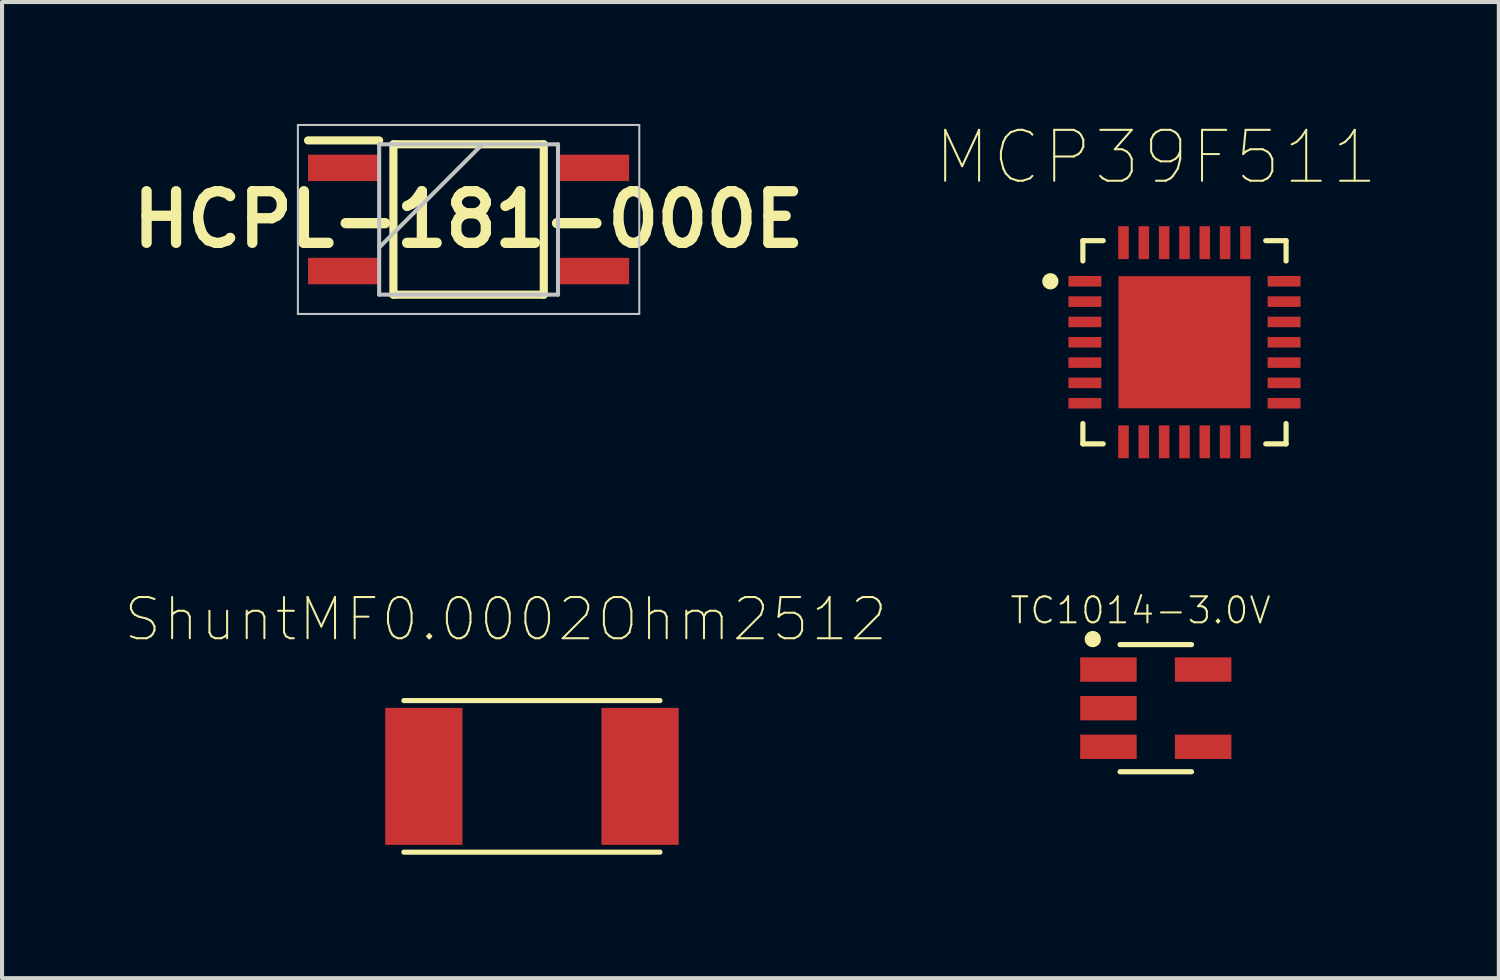
<source format=kicad_pcb>
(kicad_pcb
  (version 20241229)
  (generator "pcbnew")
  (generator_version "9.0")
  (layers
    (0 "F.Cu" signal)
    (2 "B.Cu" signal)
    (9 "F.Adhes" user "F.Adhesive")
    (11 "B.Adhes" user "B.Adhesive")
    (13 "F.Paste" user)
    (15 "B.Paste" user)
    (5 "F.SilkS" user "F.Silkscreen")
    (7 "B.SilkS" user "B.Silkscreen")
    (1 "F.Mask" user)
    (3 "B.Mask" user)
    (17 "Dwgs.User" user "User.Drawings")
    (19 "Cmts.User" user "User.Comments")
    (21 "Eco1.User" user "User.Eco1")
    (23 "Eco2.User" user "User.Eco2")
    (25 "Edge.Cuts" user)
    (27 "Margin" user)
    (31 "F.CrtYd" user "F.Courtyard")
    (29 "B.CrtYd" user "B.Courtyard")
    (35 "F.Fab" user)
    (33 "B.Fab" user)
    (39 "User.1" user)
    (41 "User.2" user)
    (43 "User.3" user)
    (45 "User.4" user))
  (footprint "MCP39F511"
    (layer "F.Cu")
    (at 26.093 5.371)
    (property "Reference" "MCP39F511" (at -0.701 -4.551 0) (layer "F.SilkS") (effects (font (size 1.252 1.252) (thickness 0.05))))
    (attr smd)
    (fp_line (start -2.5 -2.5) (end -2 -2.5) (stroke (width 0.127) (type solid)) (layer "F.SilkS"))
    (fp_line (start -2.5 -2) (end -2.5 -2.5) (stroke (width 0.127) (type solid)) (layer "F.SilkS"))
    (fp_line (start -2.5 2.5) (end -2.5 2) (stroke (width 0.127) (type solid)) (layer "F.SilkS"))
    (fp_line (start -2 2.5) (end -2.5 2.5) (stroke (width 0.127) (type solid)) (layer "F.SilkS"))
    (fp_line (start 2 -2.5) (end 2.5 -2.5) (stroke (width 0.127) (type solid)) (layer "F.SilkS"))
    (fp_line (start 2.5 -2.5) (end 2.5 -2) (stroke (width 0.127) (type solid)) (layer "F.SilkS"))
    (fp_line (start 2.5 2) (end 2.5 2.5) (stroke (width 0.127) (type solid)) (layer "F.SilkS"))
    (fp_line (start 2.5 2.5) (end 2 2.5) (stroke (width 0.127) (type solid)) (layer "F.SilkS"))
    (fp_circle (center -3.3 -1.5) (end -3.2 -1.5) (stroke (width 0.2) (type solid)) (fill no) (layer "F.SilkS"))
    (fp_poly (pts (xy -1.311 -1.31) (xy -0.16 -1.31) (xy -0.16 -0.16) (xy -1.311 -0.16)) (stroke (width 0) (type solid)) (fill yes) (layer "F.Paste"))
    (fp_poly (pts (xy -1.311 0.16) (xy -0.16 0.16) (xy -0.16 1.311) (xy -1.311 1.311)) (stroke (width 0) (type solid)) (fill yes) (layer "F.Paste"))
    (fp_poly (pts (xy 0.16 0.16) (xy 1.31 0.16) (xy 1.31 1.31) (xy 0.16 1.31)) (stroke (width 0) (type solid)) (fill yes) (layer "F.Paste"))
    (fp_poly (pts (xy 0.16 -1.31) (xy 1.31 -1.31) (xy 1.31 -0.16) (xy 0.16 -0.16)) (stroke (width 0) (type solid)) (fill yes) (layer "F.Paste"))
    (fp_line (start -3.11 -3.11) (end 3.11 -3.11) (stroke (width 0.05) (type solid)) (layer "Eco1.User"))
    (fp_line (start -3.11 3.11) (end -3.11 -3.11) (stroke (width 0.05) (type solid)) (layer "Eco1.User"))
    (fp_line (start 3.11 -3.11) (end 3.11 3.11) (stroke (width 0.05) (type solid)) (layer "Eco1.User"))
    (fp_line (start 3.11 3.11) (end -3.11 3.11) (stroke (width 0.05) (type solid)) (layer "Eco1.User"))
    (fp_line (start -2.5 -2.5) (end 2.5 -2.5) (stroke (width 0.127) (type solid)) (layer "Eco2.User"))
    (fp_line (start -2.5 2.5) (end -2.5 -2.5) (stroke (width 0.127) (type solid)) (layer "Eco2.User"))
    (fp_line (start 2.5 -2.5) (end 2.5 2.5) (stroke (width 0.127) (type solid)) (layer "Eco2.User"))
    (fp_line (start 2.5 2.5) (end -2.5 2.5) (stroke (width 0.127) (type solid)) (layer "Eco2.User"))
    (fp_circle (center -2.1 -2.1) (end -2 -2.1) (stroke (width 0.2) (type solid)) (fill no) (layer "Eco2.User"))
    (pad "1" smd rect (at -2.45 -1.5) (size 0.81 0.26) (layers "F.Cu" "F.Mask" "F.Paste"))
    (pad "2" smd rect (at -2.45 -1) (size 0.81 0.26) (layers "F.Cu" "F.Mask" "F.Paste"))
    (pad "3" smd rect (at -2.45 -0.5) (size 0.81 0.26) (layers "F.Cu" "F.Mask" "F.Paste"))
    (pad "4" smd rect (at -2.45 0) (size 0.81 0.26) (layers "F.Cu" "F.Mask" "F.Paste"))
    (pad "5" smd rect (at -2.45 0.5) (size 0.81 0.26) (layers "F.Cu" "F.Mask" "F.Paste"))
    (pad "6" smd rect (at -2.45 1) (size 0.81 0.26) (layers "F.Cu" "F.Mask" "F.Paste"))
    (pad "7" smd rect (at -2.45 1.5) (size 0.81 0.26) (layers "F.Cu" "F.Mask" "F.Paste"))
    (pad "8" smd rect (at -1.5 2.45 90) (size 0.81 0.26) (layers "F.Cu" "F.Mask" "F.Paste"))
    (pad "9" smd rect (at -1 2.45 90) (size 0.81 0.26) (layers "F.Cu" "F.Mask" "F.Paste"))
    (pad "10" smd rect (at -0.5 2.45 90) (size 0.81 0.26) (layers "F.Cu" "F.Mask" "F.Paste"))
    (pad "11" smd rect (at 0 2.45 90) (size 0.81 0.26) (layers "F.Cu" "F.Mask" "F.Paste"))
    (pad "12" smd rect (at 0.5 2.45 90) (size 0.81 0.26) (layers "F.Cu" "F.Mask" "F.Paste"))
    (pad "13" smd rect (at 1 2.45 90) (size 0.81 0.26) (layers "F.Cu" "F.Mask" "F.Paste"))
    (pad "14" smd rect (at 1.5 2.45 90) (size 0.81 0.26) (layers "F.Cu" "F.Mask" "F.Paste"))
    (pad "15" smd rect (at 2.45 1.5 180) (size 0.81 0.26) (layers "F.Cu" "F.Mask" "F.Paste"))
    (pad "16" smd rect (at 2.45 1 180) (size 0.81 0.26) (layers "F.Cu" "F.Mask" "F.Paste"))
    (pad "17" smd rect (at 2.45 0.5 180) (size 0.81 0.26) (layers "F.Cu" "F.Mask" "F.Paste"))
    (pad "18" smd rect (at 2.45 0 180) (size 0.81 0.26) (layers "F.Cu" "F.Mask" "F.Paste"))
    (pad "19" smd rect (at 2.45 -0.5 180) (size 0.81 0.26) (layers "F.Cu" "F.Mask" "F.Paste"))
    (pad "20" smd rect (at 2.45 -1 180) (size 0.81 0.26) (layers "F.Cu" "F.Mask" "F.Paste"))
    (pad "21" smd rect (at 2.45 -1.5 180) (size 0.81 0.26) (layers "F.Cu" "F.Mask" "F.Paste"))
    (pad "22" smd rect (at 1.5 -2.45 270) (size 0.81 0.26) (layers "F.Cu" "F.Mask" "F.Paste"))
    (pad "23" smd rect (at 1 -2.45 270) (size 0.81 0.26) (layers "F.Cu" "F.Mask" "F.Paste"))
    (pad "24" smd rect (at 0.5 -2.45 270) (size 0.81 0.26) (layers "F.Cu" "F.Mask" "F.Paste"))
    (pad "25" smd rect (at 0 -2.45 270) (size 0.81 0.26) (layers "F.Cu" "F.Mask" "F.Paste"))
    (pad "26" smd rect (at -0.5 -2.45 270) (size 0.81 0.26) (layers "F.Cu" "F.Mask" "F.Paste"))
    (pad "27" smd rect (at -1 -2.45 270) (size 0.81 0.26) (layers "F.Cu" "F.Mask" "F.Paste"))
    (pad "28" smd rect (at -1.5 -2.45 270) (size 0.81 0.26) (layers "F.Cu" "F.Mask" "F.Paste"))
    (pad "29" smd rect (at 0 0) (size 3.25 3.25) (layers "F.Cu" "F.Mask" "F.Paste")))
  (footprint "HCPL-181-000E"
    (layer "F.Cu")
    (at 8.479 2.35)
    (property "Reference" "HCPL-181-000E" (at 0 0 0) (layer "F.SilkS") (effects (font (size 1.27 1.27) (thickness 0.254))))
    (attr smd)
    (fp_line (start -3.95 -1.945) (end -2.2 -1.945) (stroke (width 0.2) (type solid)) (layer "F.SilkS"))
    (fp_line (start -1.85 -1.85) (end 1.85 -1.85) (stroke (width 0.2) (type solid)) (layer "F.SilkS"))
    (fp_line (start -1.85 1.85) (end -1.85 -1.85) (stroke (width 0.2) (type solid)) (layer "F.SilkS"))
    (fp_line (start 1.85 -1.85) (end 1.85 1.85) (stroke (width 0.2) (type solid)) (layer "F.SilkS"))
    (fp_line (start 1.85 1.85) (end -1.85 1.85) (stroke (width 0.2) (type solid)) (layer "F.SilkS"))
    (fp_line (start -4.2 -2.325) (end 4.2 -2.325) (stroke (width 0.05) (type solid)) (layer "Dwgs.User"))
    (fp_line (start -4.2 2.325) (end -4.2 -2.325) (stroke (width 0.05) (type solid)) (layer "Dwgs.User"))
    (fp_line (start -2.2 -1.85) (end 2.2 -1.85) (stroke (width 0.1) (type solid)) (layer "Dwgs.User"))
    (fp_line (start -2.2 0.69) (end 0.34 -1.85) (stroke (width 0.1) (type solid)) (layer "Dwgs.User"))
    (fp_line (start -2.2 1.85) (end -2.2 -1.85) (stroke (width 0.1) (type solid)) (layer "Dwgs.User"))
    (fp_line (start 2.2 -1.85) (end 2.2 1.85) (stroke (width 0.1) (type solid)) (layer "Dwgs.User"))
    (fp_line (start 2.2 1.85) (end -2.2 1.85) (stroke (width 0.1) (type solid)) (layer "Dwgs.User"))
    (fp_line (start 4.2 -2.325) (end 4.2 2.325) (stroke (width 0.05) (type solid)) (layer "Dwgs.User"))
    (fp_line (start 4.2 2.325) (end -4.2 2.325) (stroke (width 0.05) (type solid)) (layer "Dwgs.User"))
    (pad "1" smd rect (at -3.075 -1.27 90) (size 0.65 1.75) (layers "F.Cu" "F.Mask" "F.Paste"))
    (pad "2" smd rect (at -3.075 1.27 90) (size 0.65 1.75) (layers "F.Cu" "F.Mask" "F.Paste"))
    (pad "3" smd rect (at 3.075 1.27 90) (size 0.65 1.75) (layers "F.Cu" "F.Mask" "F.Paste"))
    (pad "4" smd rect (at 3.075 -1.27 90) (size 0.65 1.75) (layers "F.Cu" "F.Mask" "F.Paste")))
  (footprint "TC1014-3.0V"
    (layer "F.Cu")
    (at 25.387 14.374)
    (property "Reference" "TC1014-3.0V" (at -0.374 -2.406 0) (layer "F.SilkS") (effects (font (size 0.64 0.64) (thickness 0.05))))
    (attr smd)
    (fp_line (start -0.88 -1.564) (end 0.88 -1.564) (stroke (width 0.127) (type solid)) (layer "F.SilkS"))
    (fp_line (start -0.88 1.564) (end 0.88 1.564) (stroke (width 0.127) (type solid)) (layer "F.SilkS"))
    (fp_circle (center -1.55 -1.7) (end -1.45 -1.7) (stroke (width 0.2) (type solid)) (fill no) (layer "F.SilkS"))
    (fp_line (start -2.11 -1.5) (end -1.13 -1.5) (stroke (width 0.05) (type solid)) (layer "Eco1.User"))
    (fp_line (start -2.11 1.5) (end -2.11 -1.5) (stroke (width 0.05) (type solid)) (layer "Eco1.User"))
    (fp_line (start -1.13 -1.75) (end 1.13 -1.75) (stroke (width 0.05) (type solid)) (layer "Eco1.User"))
    (fp_line (start -1.13 -1.5) (end -1.13 -1.75) (stroke (width 0.05) (type solid)) (layer "Eco1.User"))
    (fp_line (start -1.13 1.5) (end -2.11 1.5) (stroke (width 0.05) (type solid)) (layer "Eco1.User"))
    (fp_line (start -1.13 1.75) (end -1.13 1.5) (stroke (width 0.05) (type solid)) (layer "Eco1.User"))
    (fp_line (start 1.13 -1.75) (end 1.13 -1.5) (stroke (width 0.05) (type solid)) (layer "Eco1.User"))
    (fp_line (start 1.13 -1.5) (end 2.11 -1.5) (stroke (width 0.05) (type solid)) (layer "Eco1.User"))
    (fp_line (start 1.13 1.5) (end 1.13 1.75) (stroke (width 0.05) (type solid)) (layer "Eco1.User"))
    (fp_line (start 1.13 1.75) (end -1.13 1.75) (stroke (width 0.05) (type solid)) (layer "Eco1.User"))
    (fp_line (start 2.11 -1.5) (end 2.11 1.5) (stroke (width 0.05) (type solid)) (layer "Eco1.User"))
    (fp_line (start 2.11 1.5) (end 1.13 1.5) (stroke (width 0.05) (type solid)) (layer "Eco1.User"))
    (fp_line (start -0.88 -1.5) (end 0.88 -1.5) (stroke (width 0.127) (type solid)) (layer "Eco2.User"))
    (fp_line (start -0.88 1.5) (end -0.88 -1.5) (stroke (width 0.127) (type solid)) (layer "Eco2.User"))
    (fp_line (start 0.88 -1.5) (end 0.88 1.5) (stroke (width 0.127) (type solid)) (layer "Eco2.User"))
    (fp_line (start 0.88 1.5) (end -0.88 1.5) (stroke (width 0.127) (type solid)) (layer "Eco2.User"))
    (fp_circle (center -1.55 -1.7) (end -1.45 -1.7) (stroke (width 0.2) (type solid)) (fill no) (layer "Eco2.User"))
    (pad "1" smd rect (at -1.165 -0.95) (size 1.39 0.6) (layers "F.Cu" "F.Mask" "F.Paste"))
    (pad "2" smd rect (at -1.165 0) (size 1.39 0.6) (layers "F.Cu" "F.Mask" "F.Paste"))
    (pad "3" smd rect (at -1.165 0.95) (size 1.39 0.6) (layers "F.Cu" "F.Mask" "F.Paste"))
    (pad "4" smd rect (at 1.165 0.95) (size 1.39 0.6) (layers "F.Cu" "F.Mask" "F.Paste"))
    (pad "5" smd rect (at 1.165 -0.95) (size 1.39 0.6) (layers "F.Cu" "F.Mask" "F.Paste")))
  (footprint "ShuntMF0.0002Ohm2512"
    (layer "F.Cu")
    (at 10.038 16.052)
    (property "Reference" "ShuntMF0.0002Ohm2512" (at -0.644 -3.865 0) (layer "F.SilkS") (effects (font (size 1.014 1.014) (thickness 0.05))))
    (attr smd)
    (fp_line (start -3.15 -1.865) (end 3.15 -1.865) (stroke (width 0.127) (type solid)) (layer "F.SilkS"))
    (fp_line (start -3.15 1.865) (end 3.15 1.865) (stroke (width 0.127) (type solid)) (layer "F.SilkS"))
    (fp_line (start -3.86 -1.94) (end 3.86 -1.94) (stroke (width 0.05) (type solid)) (layer "Eco1.User"))
    (fp_line (start -3.86 1.94) (end -3.86 -1.94) (stroke (width 0.05) (type solid)) (layer "Eco1.User"))
    (fp_line (start 3.86 -1.94) (end 3.86 1.94) (stroke (width 0.05) (type solid)) (layer "Eco1.User"))
    (fp_line (start 3.86 1.94) (end -3.86 1.94) (stroke (width 0.05) (type solid)) (layer "Eco1.User"))
    (fp_line (start -3.25 -1.68) (end -3.25 1.68) (stroke (width 0.127) (type solid)) (layer "Eco2.User"))
    (fp_line (start -3.25 -1.68) (end 3.25 -1.68) (stroke (width 0.127) (type solid)) (layer "Eco2.User"))
    (fp_line (start -3.25 1.68) (end 3.25 1.68) (stroke (width 0.127) (type solid)) (layer "Eco2.User"))
    (fp_line (start 3.25 -1.68) (end 3.25 1.68) (stroke (width 0.127) (type solid)) (layer "Eco2.User"))
    (pad "1" smd rect (at -2.66 0) (size 1.9 3.37) (layers "F.Cu" "F.Mask" "F.Paste"))
    (pad "2" smd rect (at 2.66 0) (size 1.9 3.37) (layers "F.Cu" "F.Mask" "F.Paste")))
  (gr_rect
    (start -3 -3)
    (end 33.827 21.017)
    (stroke (width 0.1) (type default))
    (fill no)
    (layer "Edge.Cuts")))
</source>
